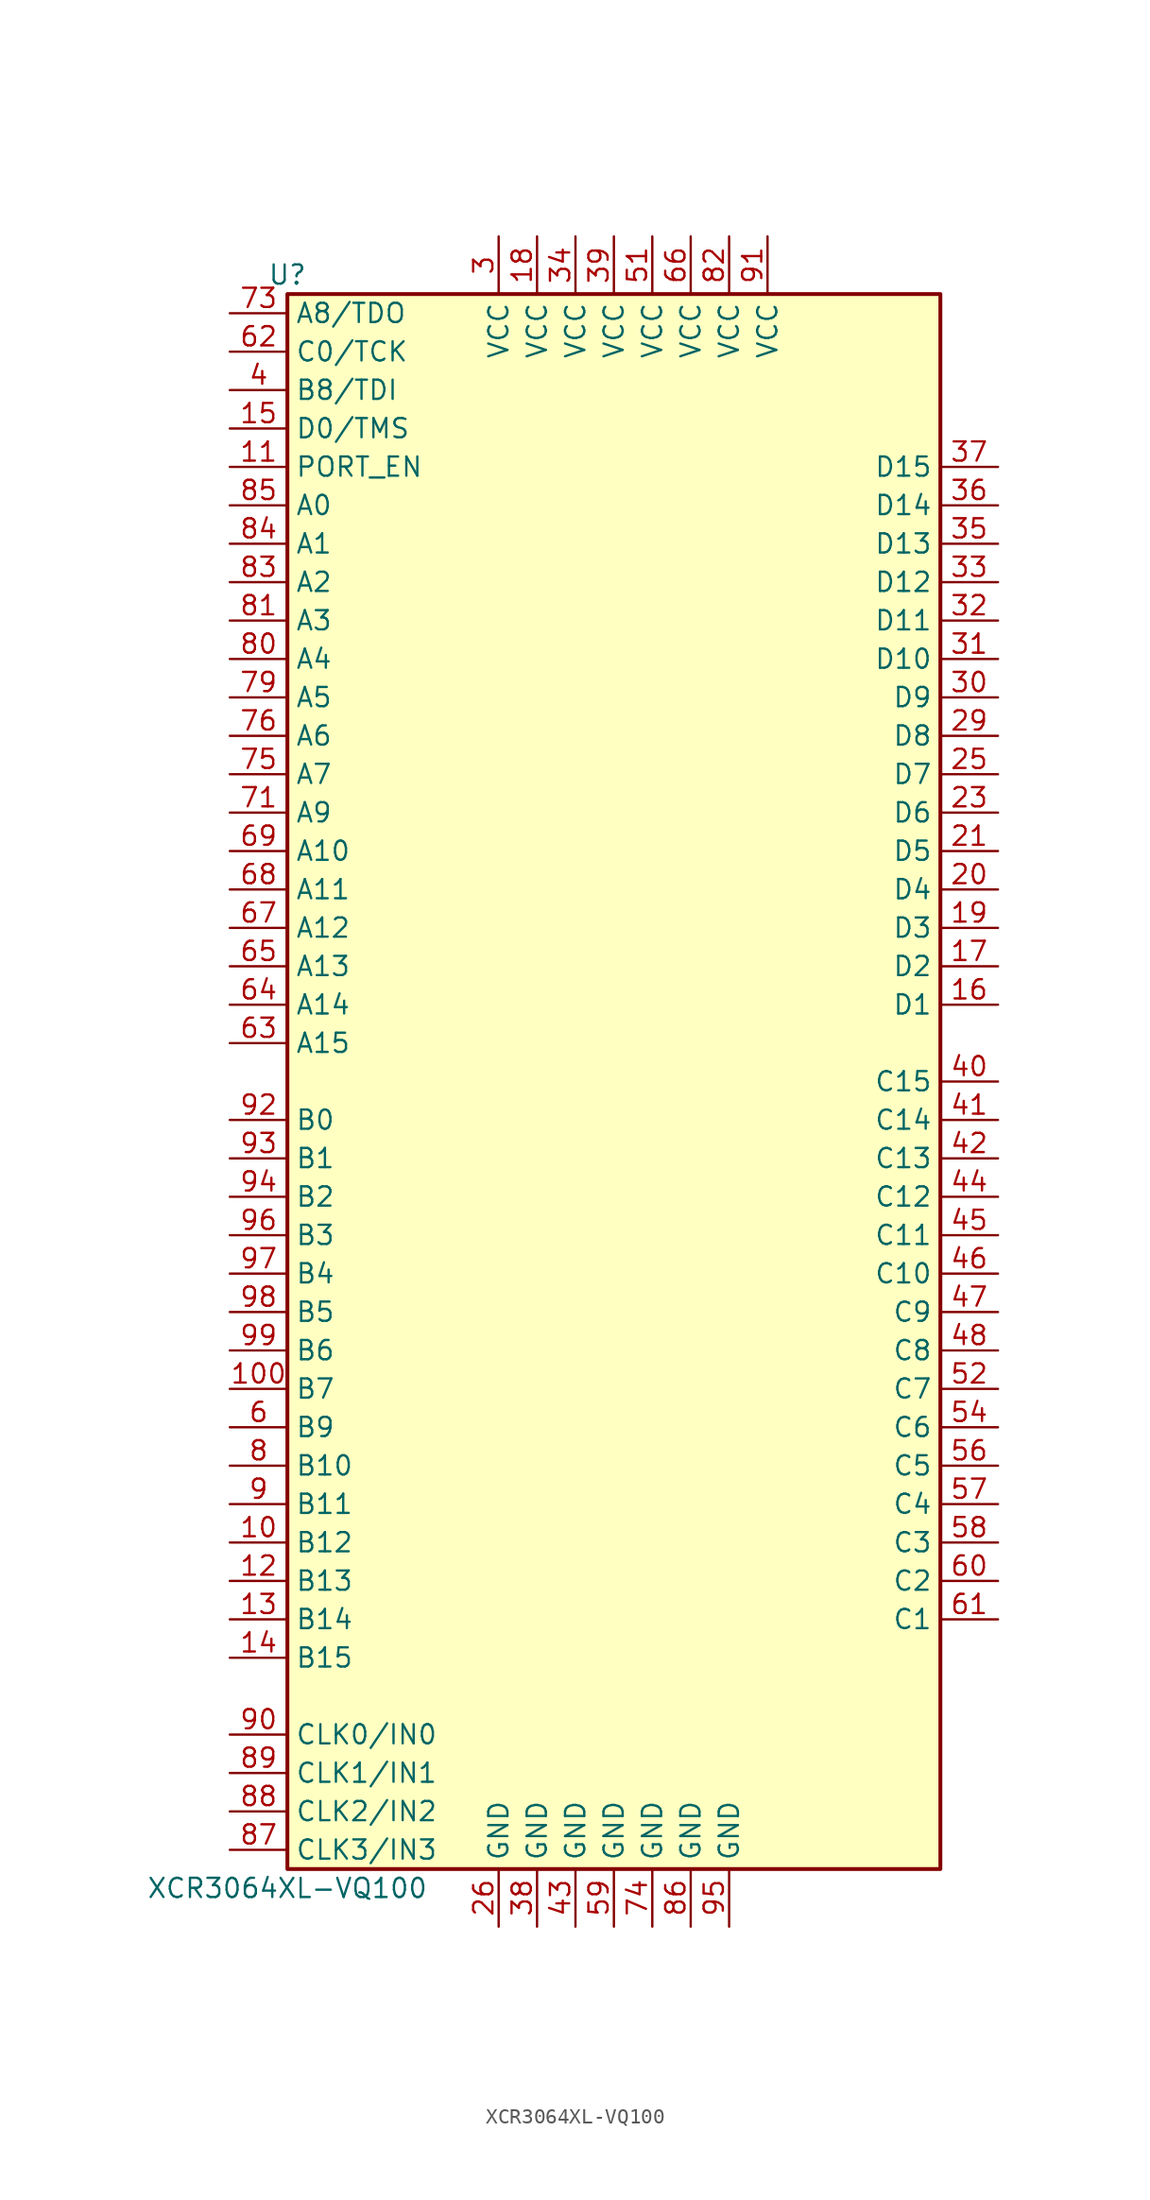
<source format=kicad_sym>
(kicad_symbol_lib
  (version 20201005)
  (generator kicad_symbol_editor)
  (symbol "XCR3064XL-VQ100"
    (property "Reference" "U"
      (at -21.59 53.34 0)
      (effects (font (size 1.27 1.27))))
    (property "Value" "XCR3064XL-VQ100"
      (at -21.59 -53.34 0)
      (effects (font (size 1.27 1.27))))
    (symbol "XCR3064XL-VQ100_1_1"
      (rectangle (start -21.59 52.07) (end 21.59 -52.07) (stroke (width 0.254)) (fill (type background)))
      (pin power_in line (at -7.62 55.88 270) (length 3.81) (name "VCC" (effects (font (size 1.27 1.27)))) (number "3" (effects (font (size 1.27 1.27)))))
      (pin passive line (at -25.4 45.72 0) (length 3.81) (name "B8/TDI" (effects (font (size 1.27 1.27)))) (number "4" (effects (font (size 1.27 1.27)))))
      (pin passive line (at -25.4 -22.86 0) (length 3.81) (name "B9" (effects (font (size 1.27 1.27)))) (number "6" (effects (font (size 1.27 1.27)))))
      (pin passive line (at -25.4 -25.4 0) (length 3.81) (name "B10" (effects (font (size 1.27 1.27)))) (number "8" (effects (font (size 1.27 1.27)))))
      (pin passive line (at -25.4 -27.94 0) (length 3.81) (name "B11" (effects (font (size 1.27 1.27)))) (number "9" (effects (font (size 1.27 1.27)))))
      (pin passive line (at -25.4 -30.48 0) (length 3.81) (name "B12" (effects (font (size 1.27 1.27)))) (number "10" (effects (font (size 1.27 1.27)))))
      (pin passive line (at 25.4 12.7 180) (length 3.81) (name "D4" (effects (font (size 1.27 1.27)))) (number "20" (effects (font (size 1.27 1.27)))))
      (pin passive line (at 25.4 25.4 180) (length 3.81) (name "D9" (effects (font (size 1.27 1.27)))) (number "30" (effects (font (size 1.27 1.27)))))
      (pin passive line (at 25.4 0 180) (length 3.81) (name "C15" (effects (font (size 1.27 1.27)))) (number "40" (effects (font (size 1.27 1.27)))))
      (pin passive line (at 25.4 -33.02 180) (length 3.81) (name "C2" (effects (font (size 1.27 1.27)))) (number "60" (effects (font (size 1.27 1.27)))))
      (pin passive line (at -25.4 27.94 0) (length 3.81) (name "A4" (effects (font (size 1.27 1.27)))) (number "80" (effects (font (size 1.27 1.27)))))
      (pin input line (at -25.4 -43.18 0) (length 3.81) (name "CLK0/IN0" (effects (font (size 1.27 1.27)))) (number "90" (effects (font (size 1.27 1.27)))))
      (pin passive line (at -25.4 40.64 0) (length 3.81) (name "PORT_EN" (effects (font (size 1.27 1.27)))) (number "11" (effects (font (size 1.27 1.27)))))
      (pin passive line (at 25.4 15.24 180) (length 3.81) (name "D5" (effects (font (size 1.27 1.27)))) (number "21" (effects (font (size 1.27 1.27)))))
      (pin passive line (at 25.4 27.94 180) (length 3.81) (name "D10" (effects (font (size 1.27 1.27)))) (number "31" (effects (font (size 1.27 1.27)))))
      (pin passive line (at 25.4 -2.54 180) (length 3.81) (name "C14" (effects (font (size 1.27 1.27)))) (number "41" (effects (font (size 1.27 1.27)))))
      (pin power_in line (at 2.54 55.88 270) (length 3.81) (name "VCC" (effects (font (size 1.27 1.27)))) (number "51" (effects (font (size 1.27 1.27)))))
      (pin passive line (at 25.4 -35.56 180) (length 3.81) (name "C1" (effects (font (size 1.27 1.27)))) (number "61" (effects (font (size 1.27 1.27)))))
      (pin passive line (at -25.4 17.78 0) (length 3.81) (name "A9" (effects (font (size 1.27 1.27)))) (number "71" (effects (font (size 1.27 1.27)))))
      (pin passive line (at -25.4 30.48 0) (length 3.81) (name "A3" (effects (font (size 1.27 1.27)))) (number "81" (effects (font (size 1.27 1.27)))))
      (pin power_in line (at 10.16 55.88 270) (length 3.81) (name "VCC" (effects (font (size 1.27 1.27)))) (number "91" (effects (font (size 1.27 1.27)))))
      (pin passive line (at -25.4 -33.02 0) (length 3.81) (name "B13" (effects (font (size 1.27 1.27)))) (number "12" (effects (font (size 1.27 1.27)))))
      (pin passive line (at 25.4 30.48 180) (length 3.81) (name "D11" (effects (font (size 1.27 1.27)))) (number "32" (effects (font (size 1.27 1.27)))))
      (pin passive line (at 25.4 -5.08 180) (length 3.81) (name "C13" (effects (font (size 1.27 1.27)))) (number "42" (effects (font (size 1.27 1.27)))))
      (pin passive line (at 25.4 -20.32 180) (length 3.81) (name "C7" (effects (font (size 1.27 1.27)))) (number "52" (effects (font (size 1.27 1.27)))))
      (pin passive line (at -25.4 48.26 0) (length 3.81) (name "C0/TCK" (effects (font (size 1.27 1.27)))) (number "62" (effects (font (size 1.27 1.27)))))
      (pin power_in line (at 7.62 55.88 270) (length 3.81) (name "VCC" (effects (font (size 1.27 1.27)))) (number "82" (effects (font (size 1.27 1.27)))))
      (pin passive line (at -25.4 -2.54 0) (length 3.81) (name "B0" (effects (font (size 1.27 1.27)))) (number "92" (effects (font (size 1.27 1.27)))))
      (pin passive line (at -25.4 -35.56 0) (length 3.81) (name "B14" (effects (font (size 1.27 1.27)))) (number "13" (effects (font (size 1.27 1.27)))))
      (pin passive line (at 25.4 17.78 180) (length 3.81) (name "D6" (effects (font (size 1.27 1.27)))) (number "23" (effects (font (size 1.27 1.27)))))
      (pin passive line (at 25.4 33.02 180) (length 3.81) (name "D12" (effects (font (size 1.27 1.27)))) (number "33" (effects (font (size 1.27 1.27)))))
      (pin power_in line (at -2.54 -55.88 90) (length 3.81) (name "GND" (effects (font (size 1.27 1.27)))) (number "43" (effects (font (size 1.27 1.27)))))
      (pin passive line (at -25.4 2.54 0) (length 3.81) (name "A15" (effects (font (size 1.27 1.27)))) (number "63" (effects (font (size 1.27 1.27)))))
      (pin passive line (at -25.4 50.8 0) (length 3.81) (name "A8/TDO" (effects (font (size 1.27 1.27)))) (number "73" (effects (font (size 1.27 1.27)))))
      (pin passive line (at -25.4 33.02 0) (length 3.81) (name "A2" (effects (font (size 1.27 1.27)))) (number "83" (effects (font (size 1.27 1.27)))))
      (pin passive line (at -25.4 -5.08 0) (length 3.81) (name "B1" (effects (font (size 1.27 1.27)))) (number "93" (effects (font (size 1.27 1.27)))))
      (pin passive line (at -25.4 -38.1 0) (length 3.81) (name "B15" (effects (font (size 1.27 1.27)))) (number "14" (effects (font (size 1.27 1.27)))))
      (pin power_in line (at -2.54 55.88 270) (length 3.81) (name "VCC" (effects (font (size 1.27 1.27)))) (number "34" (effects (font (size 1.27 1.27)))))
      (pin passive line (at 25.4 -7.62 180) (length 3.81) (name "C12" (effects (font (size 1.27 1.27)))) (number "44" (effects (font (size 1.27 1.27)))))
      (pin passive line (at 25.4 -22.86 180) (length 3.81) (name "C6" (effects (font (size 1.27 1.27)))) (number "54" (effects (font (size 1.27 1.27)))))
      (pin passive line (at -25.4 5.08 0) (length 3.81) (name "A14" (effects (font (size 1.27 1.27)))) (number "64" (effects (font (size 1.27 1.27)))))
      (pin power_in line (at 2.54 -55.88 90) (length 3.81) (name "GND" (effects (font (size 1.27 1.27)))) (number "74" (effects (font (size 1.27 1.27)))))
      (pin passive line (at -25.4 35.56 0) (length 3.81) (name "A1" (effects (font (size 1.27 1.27)))) (number "84" (effects (font (size 1.27 1.27)))))
      (pin passive line (at -25.4 -7.62 0) (length 3.81) (name "B2" (effects (font (size 1.27 1.27)))) (number "94" (effects (font (size 1.27 1.27)))))
      (pin passive line (at -25.4 43.18 0) (length 3.81) (name "D0/TMS" (effects (font (size 1.27 1.27)))) (number "15" (effects (font (size 1.27 1.27)))))
      (pin passive line (at 25.4 20.32 180) (length 3.81) (name "D7" (effects (font (size 1.27 1.27)))) (number "25" (effects (font (size 1.27 1.27)))))
      (pin passive line (at 25.4 35.56 180) (length 3.81) (name "D13" (effects (font (size 1.27 1.27)))) (number "35" (effects (font (size 1.27 1.27)))))
      (pin passive line (at 25.4 -10.16 180) (length 3.81) (name "C11" (effects (font (size 1.27 1.27)))) (number "45" (effects (font (size 1.27 1.27)))))
      (pin passive line (at -25.4 7.62 0) (length 3.81) (name "A13" (effects (font (size 1.27 1.27)))) (number "65" (effects (font (size 1.27 1.27)))))
      (pin passive line (at -25.4 20.32 0) (length 3.81) (name "A7" (effects (font (size 1.27 1.27)))) (number "75" (effects (font (size 1.27 1.27)))))
      (pin passive line (at -25.4 38.1 0) (length 3.81) (name "A0" (effects (font (size 1.27 1.27)))) (number "85" (effects (font (size 1.27 1.27)))))
      (pin power_in line (at 7.62 -55.88 90) (length 3.81) (name "GND" (effects (font (size 1.27 1.27)))) (number "95" (effects (font (size 1.27 1.27)))))
      (pin passive line (at 25.4 5.08 180) (length 3.81) (name "D1" (effects (font (size 1.27 1.27)))) (number "16" (effects (font (size 1.27 1.27)))))
      (pin power_in line (at -7.62 -55.88 90) (length 3.81) (name "GND" (effects (font (size 1.27 1.27)))) (number "26" (effects (font (size 1.27 1.27)))))
      (pin passive line (at 25.4 38.1 180) (length 3.81) (name "D14" (effects (font (size 1.27 1.27)))) (number "36" (effects (font (size 1.27 1.27)))))
      (pin passive line (at 25.4 -12.7 180) (length 3.81) (name "C10" (effects (font (size 1.27 1.27)))) (number "46" (effects (font (size 1.27 1.27)))))
      (pin passive line (at 25.4 -25.4 180) (length 3.81) (name "C5" (effects (font (size 1.27 1.27)))) (number "56" (effects (font (size 1.27 1.27)))))
      (pin power_in line (at 5.08 55.88 270) (length 3.81) (name "VCC" (effects (font (size 1.27 1.27)))) (number "66" (effects (font (size 1.27 1.27)))))
      (pin passive line (at -25.4 22.86 0) (length 3.81) (name "A6" (effects (font (size 1.27 1.27)))) (number "76" (effects (font (size 1.27 1.27)))))
      (pin power_in line (at 5.08 -55.88 90) (length 3.81) (name "GND" (effects (font (size 1.27 1.27)))) (number "86" (effects (font (size 1.27 1.27)))))
      (pin passive line (at -25.4 -10.16 0) (length 3.81) (name "B3" (effects (font (size 1.27 1.27)))) (number "96" (effects (font (size 1.27 1.27)))))
      (pin passive line (at 25.4 7.62 180) (length 3.81) (name "D2" (effects (font (size 1.27 1.27)))) (number "17" (effects (font (size 1.27 1.27)))))
      (pin passive line (at 25.4 40.64 180) (length 3.81) (name "D15" (effects (font (size 1.27 1.27)))) (number "37" (effects (font (size 1.27 1.27)))))
      (pin passive line (at 25.4 -15.24 180) (length 3.81) (name "C9" (effects (font (size 1.27 1.27)))) (number "47" (effects (font (size 1.27 1.27)))))
      (pin passive line (at 25.4 -27.94 180) (length 3.81) (name "C4" (effects (font (size 1.27 1.27)))) (number "57" (effects (font (size 1.27 1.27)))))
      (pin passive line (at -25.4 10.16 0) (length 3.81) (name "A12" (effects (font (size 1.27 1.27)))) (number "67" (effects (font (size 1.27 1.27)))))
      (pin input line (at -25.4 -50.8 0) (length 3.81) (name "CLK3/IN3" (effects (font (size 1.27 1.27)))) (number "87" (effects (font (size 1.27 1.27)))))
      (pin passive line (at -25.4 -12.7 0) (length 3.81) (name "B4" (effects (font (size 1.27 1.27)))) (number "97" (effects (font (size 1.27 1.27)))))
      (pin power_in line (at -5.08 55.88 270) (length 3.81) (name "VCC" (effects (font (size 1.27 1.27)))) (number "18" (effects (font (size 1.27 1.27)))))
      (pin power_in line (at -5.08 -55.88 90) (length 3.81) (name "GND" (effects (font (size 1.27 1.27)))) (number "38" (effects (font (size 1.27 1.27)))))
      (pin passive line (at 25.4 -17.78 180) (length 3.81) (name "C8" (effects (font (size 1.27 1.27)))) (number "48" (effects (font (size 1.27 1.27)))))
      (pin passive line (at 25.4 -30.48 180) (length 3.81) (name "C3" (effects (font (size 1.27 1.27)))) (number "58" (effects (font (size 1.27 1.27)))))
      (pin passive line (at -25.4 12.7 0) (length 3.81) (name "A11" (effects (font (size 1.27 1.27)))) (number "68" (effects (font (size 1.27 1.27)))))
      (pin input line (at -25.4 -48.26 0) (length 3.81) (name "CLK2/IN2" (effects (font (size 1.27 1.27)))) (number "88" (effects (font (size 1.27 1.27)))))
      (pin passive line (at -25.4 -15.24 0) (length 3.81) (name "B5" (effects (font (size 1.27 1.27)))) (number "98" (effects (font (size 1.27 1.27)))))
      (pin passive line (at 25.4 10.16 180) (length 3.81) (name "D3" (effects (font (size 1.27 1.27)))) (number "19" (effects (font (size 1.27 1.27)))))
      (pin passive line (at 25.4 22.86 180) (length 3.81) (name "D8" (effects (font (size 1.27 1.27)))) (number "29" (effects (font (size 1.27 1.27)))))
      (pin power_in line (at 0 55.88 270) (length 3.81) (name "VCC" (effects (font (size 1.27 1.27)))) (number "39" (effects (font (size 1.27 1.27)))))
      (pin power_in line (at 0 -55.88 90) (length 3.81) (name "GND" (effects (font (size 1.27 1.27)))) (number "59" (effects (font (size 1.27 1.27)))))
      (pin passive line (at -25.4 15.24 0) (length 3.81) (name "A10" (effects (font (size 1.27 1.27)))) (number "69" (effects (font (size 1.27 1.27)))))
      (pin passive line (at -25.4 25.4 0) (length 3.81) (name "A5" (effects (font (size 1.27 1.27)))) (number "79" (effects (font (size 1.27 1.27)))))
      (pin input line (at -25.4 -45.72 0) (length 3.81) (name "CLK1/IN1" (effects (font (size 1.27 1.27)))) (number "89" (effects (font (size 1.27 1.27)))))
      (pin passive line (at -25.4 -17.78 0) (length 3.81) (name "B6" (effects (font (size 1.27 1.27)))) (number "99" (effects (font (size 1.27 1.27)))))
      (pin passive line (at -25.4 -20.32 0) (length 3.81) (name "B7" (effects (font (size 1.27 1.27)))) (number "100" (effects (font (size 1.27 1.27))))))))
</source>
